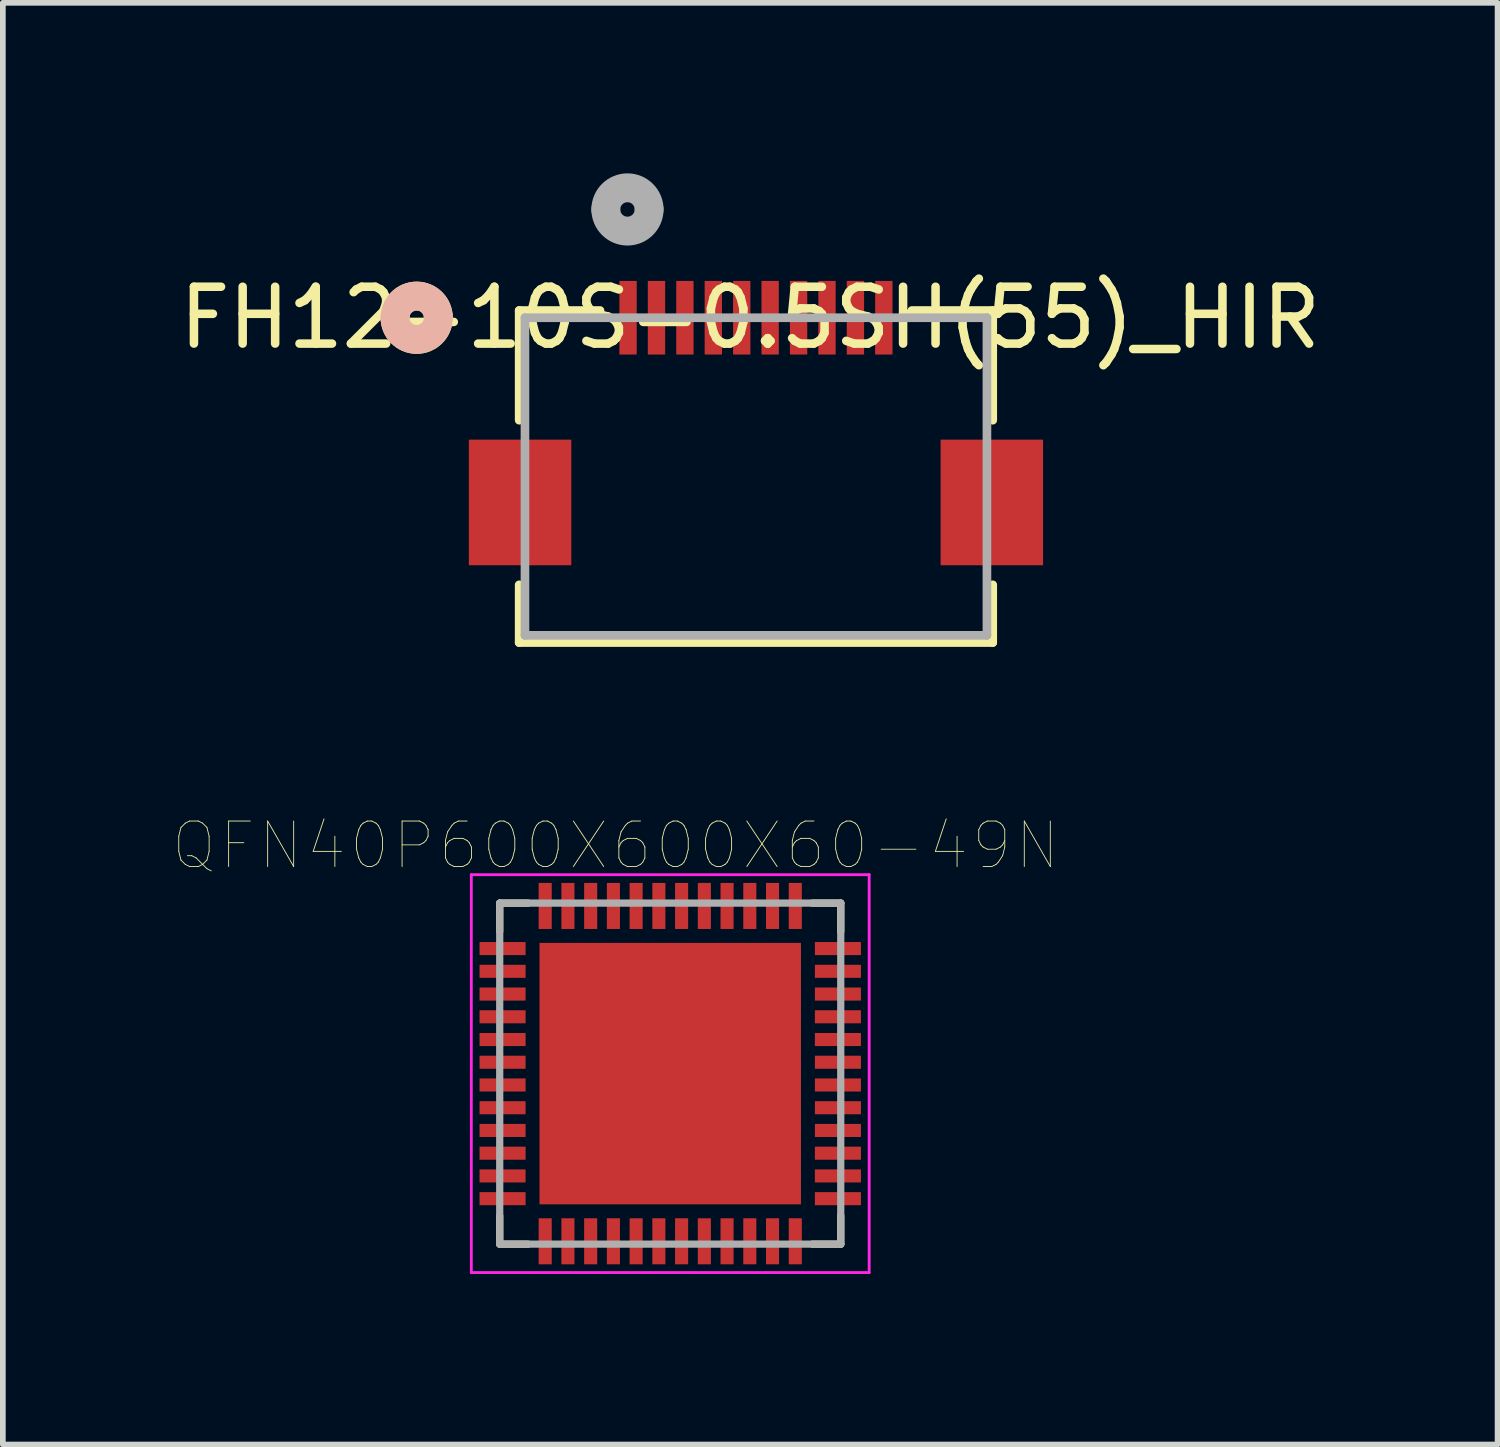
<source format=kicad_pcb>
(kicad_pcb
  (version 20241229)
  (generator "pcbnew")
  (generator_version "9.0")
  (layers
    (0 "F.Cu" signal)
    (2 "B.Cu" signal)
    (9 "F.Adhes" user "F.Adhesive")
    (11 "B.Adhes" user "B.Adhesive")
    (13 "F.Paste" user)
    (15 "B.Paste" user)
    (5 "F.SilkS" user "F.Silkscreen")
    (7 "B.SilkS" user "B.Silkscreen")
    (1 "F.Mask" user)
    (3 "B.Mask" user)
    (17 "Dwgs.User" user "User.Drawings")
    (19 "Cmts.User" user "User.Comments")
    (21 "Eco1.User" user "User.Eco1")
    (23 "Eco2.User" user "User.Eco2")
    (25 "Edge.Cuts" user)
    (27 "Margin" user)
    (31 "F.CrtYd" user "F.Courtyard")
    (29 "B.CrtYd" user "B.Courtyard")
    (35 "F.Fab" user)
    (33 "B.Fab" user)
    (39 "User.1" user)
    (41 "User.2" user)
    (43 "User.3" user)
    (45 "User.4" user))
  (footprint "FH12-10S-0.5SH(55)_HIR"
    (layer "F.Cu")
    (at 10.25 5.334)
    (property "Reference" "FH12-10S-0.5SH(55)_HIR" (at -0.102 -2.794 0) (layer "F.SilkS") (effects (font (size 1 1) (thickness 0.15))))
    (attr through_hole)
    (fp_line (start -4.166 -2.921) (end -4.166 -0.991) (stroke (width 0.152) (type solid)) (layer "F.SilkS"))
    (fp_line (start -4.166 1.905) (end -4.166 2.921) (stroke (width 0.152) (type solid)) (layer "F.SilkS"))
    (fp_line (start -4.166 2.921) (end 4.166 2.921) (stroke (width 0.152) (type solid)) (layer "F.SilkS"))
    (fp_line (start -2.743 -2.921) (end -4.166 -2.921) (stroke (width 0.152) (type solid)) (layer "F.SilkS"))
    (fp_line (start 4.166 -2.921) (end 2.743 -2.921) (stroke (width 0.152) (type solid)) (layer "F.SilkS"))
    (fp_line (start 4.166 -0.991) (end 4.166 -2.921) (stroke (width 0.152) (type solid)) (layer "F.SilkS"))
    (fp_line (start 4.166 2.921) (end 4.166 1.905) (stroke (width 0.152) (type solid)) (layer "F.SilkS"))
    (fp_arc (start -6.35 -2.794) (mid -5.969 -3.175) (end -5.588 -2.794) (stroke (width 0.508) (type solid)) (layer "F.SilkS"))
    (fp_arc (start -5.588 -2.794) (mid -5.969 -2.413) (end -6.35 -2.794) (stroke (width 0.508) (type solid)) (layer "F.SilkS"))
    (fp_arc (start -6.35 -2.794) (mid -5.969 -3.175) (end -5.588 -2.794) (stroke (width 0.508) (type solid)) (layer "B.SilkS"))
    (fp_arc (start -5.588 -2.794) (mid -5.969 -2.413) (end -6.35 -2.794) (stroke (width 0.508) (type solid)) (layer "B.SilkS"))
    (fp_line (start -4.064 -2.794) (end -4.064 2.794) (stroke (width 0.152) (type solid)) (layer "F.Fab"))
    (fp_line (start -4.064 2.794) (end 4.064 2.794) (stroke (width 0.152) (type solid)) (layer "F.Fab"))
    (fp_line (start 4.064 -2.794) (end -4.064 -2.794) (stroke (width 0.152) (type solid)) (layer "F.Fab"))
    (fp_line (start 4.064 2.794) (end 4.064 -2.794) (stroke (width 0.152) (type solid)) (layer "F.Fab"))
    (fp_arc (start -2.6416 -4.699) (mid -2.2606 -5.08) (end -1.8796 -4.699) (stroke (width 0.508) (type solid)) (layer "F.Fab"))
    (fp_arc (start -1.8796 -4.699) (mid -2.2606 -4.318) (end -2.6416 -4.699) (stroke (width 0.508) (type solid)) (layer "F.Fab"))
    (pad "1" smd rect (at -2.25 -2.794) (size 0.305 1.295) (layers "F.Cu" "F.Mask" "F.Paste"))
    (pad "2" smd rect (at -1.75 -2.794) (size 0.305 1.295) (layers "F.Cu" "F.Mask" "F.Paste"))
    (pad "3" smd rect (at -1.25 -2.794) (size 0.305 1.295) (layers "F.Cu" "F.Mask" "F.Paste"))
    (pad "4" smd rect (at -0.75 -2.794) (size 0.305 1.295) (layers "F.Cu" "F.Mask" "F.Paste"))
    (pad "5" smd rect (at -0.25 -2.794) (size 0.305 1.295) (layers "F.Cu" "F.Mask" "F.Paste"))
    (pad "6" smd rect (at 0.25 -2.794) (size 0.305 1.295) (layers "F.Cu" "F.Mask" "F.Paste"))
    (pad "7" smd rect (at 0.75 -2.794) (size 0.305 1.295) (layers "F.Cu" "F.Mask" "F.Paste"))
    (pad "8" smd rect (at 1.25 -2.794) (size 0.305 1.295) (layers "F.Cu" "F.Mask" "F.Paste"))
    (pad "9" smd rect (at 1.75 -2.794) (size 0.305 1.295) (layers "F.Cu" "F.Mask" "F.Paste"))
    (pad "10" smd rect (at 2.25 -2.794) (size 0.305 1.295) (layers "F.Cu" "F.Mask" "F.Paste"))
    (pad "11" smd rect (at -4.15 0.456) (size 1.803 2.21) (layers "F.Cu" "F.Mask" "F.Paste"))
    (pad "12" smd rect (at 4.15 0.456) (size 1.803 2.21) (layers "F.Cu" "F.Mask" "F.Paste")))
  (footprint "QFN40P600X600X60-49N"
    (layer "F.Cu")
    (at 8.742 15.839)
    (property "Reference" "QFN40P600X600X60-49N" (at -0.961 -4.013 0) (layer "F.SilkS") (effects (font (size 0.801 0.801) (thickness 0.015))))
    (attr through_hole)
    (fp_line (start -3 -3) (end -3 -2.5) (stroke (width 0.127) (type solid)) (layer "F.SilkS"))
    (fp_line (start -3 3) (end -3 2.5) (stroke (width 0.127) (type solid)) (layer "F.SilkS"))
    (fp_line (start -2.5 -3) (end -3 -3) (stroke (width 0.127) (type solid)) (layer "F.SilkS"))
    (fp_line (start -2.5 3) (end -3 3) (stroke (width 0.127) (type solid)) (layer "F.SilkS"))
    (fp_line (start 2.5 -3) (end 3 -3) (stroke (width 0.127) (type solid)) (layer "F.SilkS"))
    (fp_line (start 3 -3) (end 3 -2.5) (stroke (width 0.127) (type solid)) (layer "F.SilkS"))
    (fp_line (start 3 2.5) (end 3 3) (stroke (width 0.127) (type solid)) (layer "F.SilkS"))
    (fp_line (start 3 3) (end 2.5 3) (stroke (width 0.127) (type solid)) (layer "F.SilkS"))
    (fp_poly (pts (xy -1.969 0.335) (xy -0.335 0.335) (xy -0.335 1.969) (xy -1.969 1.969)) (stroke (width 0.01) (type solid)) (fill yes) (layer "F.Paste"))
    (fp_poly (pts (xy -1.966 -1.965) (xy -0.335 -1.965) (xy -0.335 -0.335) (xy -1.966 -0.335)) (stroke (width 0.01) (type solid)) (fill yes) (layer "F.Paste"))
    (fp_poly (pts (xy 0.335 0.335) (xy 1.965 0.335) (xy 1.965 1.967) (xy 0.335 1.967)) (stroke (width 0.01) (type solid)) (fill yes) (layer "F.Paste"))
    (fp_poly (pts (xy 0.335 -1.965) (xy 1.965 -1.965) (xy 1.965 -0.335) (xy 0.335 -0.335)) (stroke (width 0.01) (type solid)) (fill yes) (layer "F.Paste"))
    (fp_line (start -3.5 -3.5) (end -3.5 3.5) (stroke (width 0.05) (type solid)) (layer "F.CrtYd"))
    (fp_line (start -3.5 3.5) (end 3.5 3.5) (stroke (width 0.05) (type solid)) (layer "F.CrtYd"))
    (fp_line (start 3.5 -3.5) (end -3.5 -3.5) (stroke (width 0.05) (type solid)) (layer "F.CrtYd"))
    (fp_line (start 3.5 3.5) (end 3.5 -3.5) (stroke (width 0.05) (type solid)) (layer "F.CrtYd"))
    (fp_line (start -3 -3) (end -3 3) (stroke (width 0.127) (type solid)) (layer "F.Fab"))
    (fp_line (start -3 3) (end 3 3) (stroke (width 0.127) (type solid)) (layer "F.Fab"))
    (fp_line (start 3 -3) (end -3 -3) (stroke (width 0.127) (type solid)) (layer "F.Fab"))
    (fp_line (start 3 3) (end 3 -3) (stroke (width 0.127) (type solid)) (layer "F.Fab"))
    (pad "1" smd rect (at -2.95 -2.2) (size 0.81 0.23) (layers "F.Cu" "F.Mask" "F.Paste"))
    (pad "2" smd rect (at -2.95 -1.8) (size 0.81 0.23) (layers "F.Cu" "F.Mask" "F.Paste"))
    (pad "3" smd rect (at -2.95 -1.4) (size 0.81 0.23) (layers "F.Cu" "F.Mask" "F.Paste"))
    (pad "4" smd rect (at -2.95 -1) (size 0.81 0.23) (layers "F.Cu" "F.Mask" "F.Paste"))
    (pad "5" smd rect (at -2.95 -0.6) (size 0.81 0.23) (layers "F.Cu" "F.Mask" "F.Paste"))
    (pad "6" smd rect (at -2.95 -0.2) (size 0.81 0.23) (layers "F.Cu" "F.Mask" "F.Paste"))
    (pad "7" smd rect (at -2.95 0.2) (size 0.81 0.23) (layers "F.Cu" "F.Mask" "F.Paste"))
    (pad "8" smd rect (at -2.95 0.6) (size 0.81 0.23) (layers "F.Cu" "F.Mask" "F.Paste"))
    (pad "9" smd rect (at -2.95 1) (size 0.81 0.23) (layers "F.Cu" "F.Mask" "F.Paste"))
    (pad "10" smd rect (at -2.95 1.4) (size 0.81 0.23) (layers "F.Cu" "F.Mask" "F.Paste"))
    (pad "11" smd rect (at -2.95 1.8) (size 0.81 0.23) (layers "F.Cu" "F.Mask" "F.Paste"))
    (pad "12" smd rect (at -2.95 2.2) (size 0.81 0.23) (layers "F.Cu" "F.Mask" "F.Paste"))
    (pad "13" smd rect (at -2.2 2.95) (size 0.23 0.81) (layers "F.Cu" "F.Mask" "F.Paste"))
    (pad "14" smd rect (at -1.8 2.95) (size 0.23 0.81) (layers "F.Cu" "F.Mask" "F.Paste"))
    (pad "15" smd rect (at -1.4 2.95) (size 0.23 0.81) (layers "F.Cu" "F.Mask" "F.Paste"))
    (pad "16" smd rect (at -1 2.95) (size 0.23 0.81) (layers "F.Cu" "F.Mask" "F.Paste"))
    (pad "17" smd rect (at -0.6 2.95) (size 0.23 0.81) (layers "F.Cu" "F.Mask" "F.Paste"))
    (pad "18" smd rect (at -0.2 2.95) (size 0.23 0.81) (layers "F.Cu" "F.Mask" "F.Paste"))
    (pad "19" smd rect (at 0.2 2.95) (size 0.23 0.81) (layers "F.Cu" "F.Mask" "F.Paste"))
    (pad "20" smd rect (at 0.6 2.95) (size 0.23 0.81) (layers "F.Cu" "F.Mask" "F.Paste"))
    (pad "21" smd rect (at 1 2.95) (size 0.23 0.81) (layers "F.Cu" "F.Mask" "F.Paste"))
    (pad "22" smd rect (at 1.4 2.95) (size 0.23 0.81) (layers "F.Cu" "F.Mask" "F.Paste"))
    (pad "23" smd rect (at 1.8 2.95) (size 0.23 0.81) (layers "F.Cu" "F.Mask" "F.Paste"))
    (pad "24" smd rect (at 2.2 2.95) (size 0.23 0.81) (layers "F.Cu" "F.Mask" "F.Paste"))
    (pad "25" smd rect (at 2.95 2.2) (size 0.81 0.23) (layers "F.Cu" "F.Mask" "F.Paste"))
    (pad "26" smd rect (at 2.95 1.8) (size 0.81 0.23) (layers "F.Cu" "F.Mask" "F.Paste"))
    (pad "27" smd rect (at 2.95 1.4) (size 0.81 0.23) (layers "F.Cu" "F.Mask" "F.Paste"))
    (pad "28" smd rect (at 2.95 1) (size 0.81 0.23) (layers "F.Cu" "F.Mask" "F.Paste"))
    (pad "29" smd rect (at 2.95 0.6) (size 0.81 0.23) (layers "F.Cu" "F.Mask" "F.Paste"))
    (pad "30" smd rect (at 2.95 0.2) (size 0.81 0.23) (layers "F.Cu" "F.Mask" "F.Paste"))
    (pad "31" smd rect (at 2.95 -0.2) (size 0.81 0.23) (layers "F.Cu" "F.Mask" "F.Paste"))
    (pad "32" smd rect (at 2.95 -0.6) (size 0.81 0.23) (layers "F.Cu" "F.Mask" "F.Paste"))
    (pad "33" smd rect (at 2.95 -1) (size 0.81 0.23) (layers "F.Cu" "F.Mask" "F.Paste"))
    (pad "34" smd rect (at 2.95 -1.4) (size 0.81 0.23) (layers "F.Cu" "F.Mask" "F.Paste"))
    (pad "35" smd rect (at 2.95 -1.8) (size 0.81 0.23) (layers "F.Cu" "F.Mask" "F.Paste"))
    (pad "36" smd rect (at 2.95 -2.2) (size 0.81 0.23) (layers "F.Cu" "F.Mask" "F.Paste"))
    (pad "37" smd rect (at 2.2 -2.95) (size 0.23 0.81) (layers "F.Cu" "F.Mask" "F.Paste"))
    (pad "38" smd rect (at 1.8 -2.95) (size 0.23 0.81) (layers "F.Cu" "F.Mask" "F.Paste"))
    (pad "39" smd rect (at 1.4 -2.95) (size 0.23 0.81) (layers "F.Cu" "F.Mask" "F.Paste"))
    (pad "40" smd rect (at 1 -2.95) (size 0.23 0.81) (layers "F.Cu" "F.Mask" "F.Paste"))
    (pad "41" smd rect (at 0.6 -2.95) (size 0.23 0.81) (layers "F.Cu" "F.Mask" "F.Paste"))
    (pad "42" smd rect (at 0.2 -2.95) (size 0.23 0.81) (layers "F.Cu" "F.Mask" "F.Paste"))
    (pad "43" smd rect (at -0.2 -2.95) (size 0.23 0.81) (layers "F.Cu" "F.Mask" "F.Paste"))
    (pad "44" smd rect (at -0.6 -2.95) (size 0.23 0.81) (layers "F.Cu" "F.Mask" "F.Paste"))
    (pad "45" smd rect (at -1 -2.95) (size 0.23 0.81) (layers "F.Cu" "F.Mask" "F.Paste"))
    (pad "46" smd rect (at -1.4 -2.95) (size 0.23 0.81) (layers "F.Cu" "F.Mask" "F.Paste"))
    (pad "47" smd rect (at -1.8 -2.95) (size 0.23 0.81) (layers "F.Cu" "F.Mask" "F.Paste"))
    (pad "48" smd rect (at -2.2 -2.95) (size 0.23 0.81) (layers "F.Cu" "F.Mask" "F.Paste"))
    (pad "49" smd rect (at 0 0) (size 4.6 4.6) (layers "F.Cu" "F.Mask")))
  (gr_rect
    (start -3 -3)
    (end 23.298 22.364)
    (stroke (width 0.1) (type default))
    (fill no)
    (layer "Edge.Cuts")))
</source>
